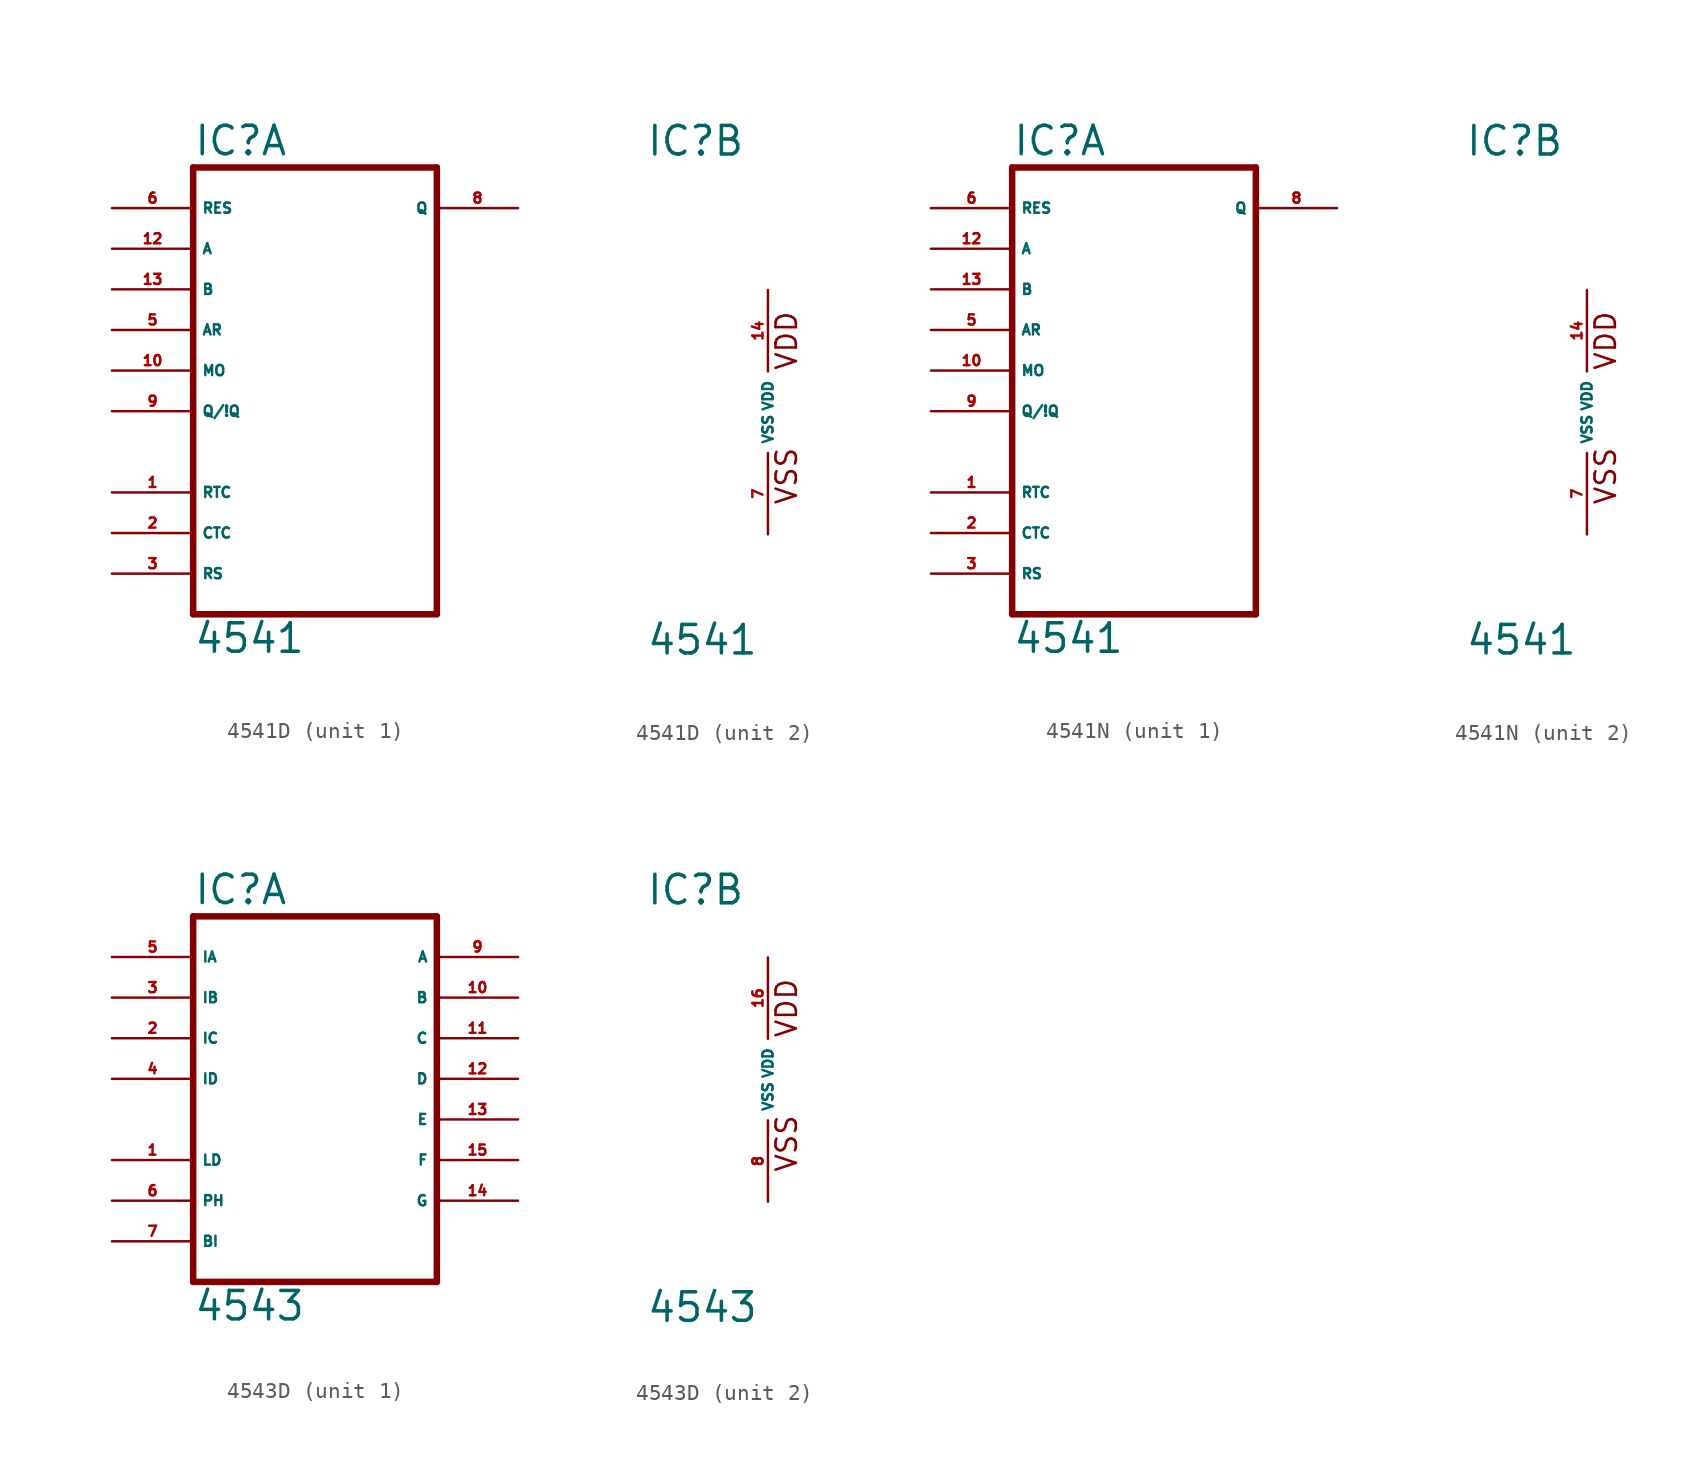
<source format=kicad_sym>
(kicad_symbol_lib
  (version 20220914)
  (generator Eagle2Kicad)
  (symbol "4541D"
    (property "Reference" "IC"
      (at -7.62 15.875 0)
      (effects (font (size 1.778 1.778) (thickness 0.22)) (justify left bottom)))
    (property "Value" "4541"
      (at -7.62 -15.24 0)
      (effects (font (size 1.778 1.778) (thickness 0.22)) (justify left bottom)))
    (symbol "4541D_1_0"
      (polyline (pts (xy -7.62 -12.7) (xy 7.62 -12.7)) (stroke (width 0.406) (type default)) (fill (type none)))
      (polyline (pts (xy 7.62 -12.7) (xy 7.62 15.24)) (stroke (width 0.406) (type default)) (fill (type none)))
      (polyline (pts (xy 7.62 15.24) (xy -7.62 15.24)) (stroke (width 0.406) (type default)) (fill (type none)))
      (polyline (pts (xy -7.62 15.24) (xy -7.62 -12.7)) (stroke (width 0.406) (type default)) (fill (type none)))
      (pin input line (at -12.7 -5.08 0) (length 5.08) (name "RTC" (effects (font (size 0.635 0.635) (thickness 0.08)) (justify left bottom))) (number "1" (effects (font (size 0.635 0.635) (thickness 0.08)) (justify left bottom))))
      (pin input line (at -12.7 -7.62 0) (length 5.08) (name "CTC" (effects (font (size 0.635 0.635) (thickness 0.08)) (justify left bottom))) (number "2" (effects (font (size 0.635 0.635) (thickness 0.08)) (justify left bottom))))
      (pin input line (at -12.7 -10.16 0) (length 5.08) (name "RS" (effects (font (size 0.635 0.635) (thickness 0.08)) (justify left bottom))) (number "3" (effects (font (size 0.635 0.635) (thickness 0.08)) (justify left bottom))))
      (pin input line (at -12.7 5.08 0) (length 5.08) (name "AR" (effects (font (size 0.635 0.635) (thickness 0.08)) (justify left bottom))) (number "5" (effects (font (size 0.635 0.635) (thickness 0.08)) (justify left bottom))))
      (pin input line (at -12.7 12.7 0) (length 5.08) (name "RES" (effects (font (size 0.635 0.635) (thickness 0.08)) (justify left bottom))) (number "6" (effects (font (size 0.635 0.635) (thickness 0.08)) (justify left bottom))))
      (pin output line (at 12.7 12.7 180) (length 5.08) (name "Q" (effects (font (size 0.635 0.635) (thickness 0.08)) (justify left bottom))) (number "8" (effects (font (size 0.635 0.635) (thickness 0.08)) (justify left bottom))))
      (pin input line (at -12.7 0 0) (length 5.08) (name "Q/!Q" (effects (font (size 0.635 0.635) (thickness 0.08)) (justify left bottom))) (number "9" (effects (font (size 0.635 0.635) (thickness 0.08)) (justify left bottom))))
      (pin input line (at -12.7 2.54 0) (length 5.08) (name "MO" (effects (font (size 0.635 0.635) (thickness 0.08)) (justify left bottom))) (number "10" (effects (font (size 0.635 0.635) (thickness 0.08)) (justify left bottom))))
      (pin input line (at -12.7 10.16 0) (length 5.08) (name "A" (effects (font (size 0.635 0.635) (thickness 0.08)) (justify left bottom))) (number "12" (effects (font (size 0.635 0.635) (thickness 0.08)) (justify left bottom))))
      (pin input line (at -12.7 7.62 0) (length 5.08) (name "B" (effects (font (size 0.635 0.635) (thickness 0.08)) (justify left bottom))) (number "13" (effects (font (size 0.635 0.635) (thickness 0.08)) (justify left bottom)))))
    (symbol "4541D_2_0"
      (text "VDD" (at 1.905 2.54 900) (effects (font (size 1.27 1.27) (thickness 0.16)) (justify left bottom)))
      (text "VSS" (at 1.905 -5.842 900) (effects (font (size 1.27 1.27) (thickness 0.16)) (justify left bottom)))
      (pin unspecified line (at 0 -7.62 90) (length 5.08) (name "VSS" (effects (font (size 0.635 0.635) (thickness 0.08)) (justify left bottom))) (number "7" (effects (font (size 0.635 0.635) (thickness 0.08)) (justify left bottom))))
      (pin unspecified line (at 0 7.62 270) (length 5.08) (name "VDD" (effects (font (size 0.635 0.635) (thickness 0.08)) (justify left bottom))) (number "14" (effects (font (size 0.635 0.635) (thickness 0.08)) (justify left bottom))))))
  (symbol "4541N"
    (property "Reference" "IC"
      (at -7.62 15.875 0)
      (effects (font (size 1.778 1.778) (thickness 0.22)) (justify left bottom)))
    (property "Value" "4541"
      (at -7.62 -15.24 0)
      (effects (font (size 1.778 1.778) (thickness 0.22)) (justify left bottom)))
    (symbol "4541N_1_0"
      (polyline (pts (xy -7.62 -12.7) (xy 7.62 -12.7)) (stroke (width 0.406) (type default)) (fill (type none)))
      (polyline (pts (xy 7.62 -12.7) (xy 7.62 15.24)) (stroke (width 0.406) (type default)) (fill (type none)))
      (polyline (pts (xy 7.62 15.24) (xy -7.62 15.24)) (stroke (width 0.406) (type default)) (fill (type none)))
      (polyline (pts (xy -7.62 15.24) (xy -7.62 -12.7)) (stroke (width 0.406) (type default)) (fill (type none)))
      (pin input line (at -12.7 -5.08 0) (length 5.08) (name "RTC" (effects (font (size 0.635 0.635) (thickness 0.08)) (justify left bottom))) (number "1" (effects (font (size 0.635 0.635) (thickness 0.08)) (justify left bottom))))
      (pin input line (at -12.7 -7.62 0) (length 5.08) (name "CTC" (effects (font (size 0.635 0.635) (thickness 0.08)) (justify left bottom))) (number "2" (effects (font (size 0.635 0.635) (thickness 0.08)) (justify left bottom))))
      (pin input line (at -12.7 -10.16 0) (length 5.08) (name "RS" (effects (font (size 0.635 0.635) (thickness 0.08)) (justify left bottom))) (number "3" (effects (font (size 0.635 0.635) (thickness 0.08)) (justify left bottom))))
      (pin input line (at -12.7 5.08 0) (length 5.08) (name "AR" (effects (font (size 0.635 0.635) (thickness 0.08)) (justify left bottom))) (number "5" (effects (font (size 0.635 0.635) (thickness 0.08)) (justify left bottom))))
      (pin input line (at -12.7 12.7 0) (length 5.08) (name "RES" (effects (font (size 0.635 0.635) (thickness 0.08)) (justify left bottom))) (number "6" (effects (font (size 0.635 0.635) (thickness 0.08)) (justify left bottom))))
      (pin output line (at 12.7 12.7 180) (length 5.08) (name "Q" (effects (font (size 0.635 0.635) (thickness 0.08)) (justify left bottom))) (number "8" (effects (font (size 0.635 0.635) (thickness 0.08)) (justify left bottom))))
      (pin input line (at -12.7 0 0) (length 5.08) (name "Q/!Q" (effects (font (size 0.635 0.635) (thickness 0.08)) (justify left bottom))) (number "9" (effects (font (size 0.635 0.635) (thickness 0.08)) (justify left bottom))))
      (pin input line (at -12.7 2.54 0) (length 5.08) (name "MO" (effects (font (size 0.635 0.635) (thickness 0.08)) (justify left bottom))) (number "10" (effects (font (size 0.635 0.635) (thickness 0.08)) (justify left bottom))))
      (pin input line (at -12.7 10.16 0) (length 5.08) (name "A" (effects (font (size 0.635 0.635) (thickness 0.08)) (justify left bottom))) (number "12" (effects (font (size 0.635 0.635) (thickness 0.08)) (justify left bottom))))
      (pin input line (at -12.7 7.62 0) (length 5.08) (name "B" (effects (font (size 0.635 0.635) (thickness 0.08)) (justify left bottom))) (number "13" (effects (font (size 0.635 0.635) (thickness 0.08)) (justify left bottom)))))
    (symbol "4541N_2_0"
      (text "VDD" (at 1.905 2.54 900) (effects (font (size 1.27 1.27) (thickness 0.16)) (justify left bottom)))
      (text "VSS" (at 1.905 -5.842 900) (effects (font (size 1.27 1.27) (thickness 0.16)) (justify left bottom)))
      (pin unspecified line (at 0 -7.62 90) (length 5.08) (name "VSS" (effects (font (size 0.635 0.635) (thickness 0.08)) (justify left bottom))) (number "7" (effects (font (size 0.635 0.635) (thickness 0.08)) (justify left bottom))))
      (pin unspecified line (at 0 7.62 270) (length 5.08) (name "VDD" (effects (font (size 0.635 0.635) (thickness 0.08)) (justify left bottom))) (number "14" (effects (font (size 0.635 0.635) (thickness 0.08)) (justify left bottom))))))
  (symbol "4543D"
    (property "Reference" "IC"
      (at -7.62 10.795 0)
      (effects (font (size 1.778 1.778) (thickness 0.22)) (justify left bottom)))
    (property "Value" "4543"
      (at -7.62 -15.24 0)
      (effects (font (size 1.778 1.778) (thickness 0.22)) (justify left bottom)))
    (symbol "4543D_1_0"
      (polyline (pts (xy -7.62 -12.7) (xy 7.62 -12.7)) (stroke (width 0.406) (type default)) (fill (type none)))
      (polyline (pts (xy 7.62 -12.7) (xy 7.62 10.16)) (stroke (width 0.406) (type default)) (fill (type none)))
      (polyline (pts (xy 7.62 10.16) (xy -7.62 10.16)) (stroke (width 0.406) (type default)) (fill (type none)))
      (polyline (pts (xy -7.62 10.16) (xy -7.62 -12.7)) (stroke (width 0.406) (type default)) (fill (type none)))
      (pin input line (at -12.7 -5.08 0) (length 5.08) (name "LD" (effects (font (size 0.635 0.635) (thickness 0.08)) (justify left bottom))) (number "1" (effects (font (size 0.635 0.635) (thickness 0.08)) (justify left bottom))))
      (pin input line (at -12.7 2.54 0) (length 5.08) (name "IC" (effects (font (size 0.635 0.635) (thickness 0.08)) (justify left bottom))) (number "2" (effects (font (size 0.635 0.635) (thickness 0.08)) (justify left bottom))))
      (pin input line (at -12.7 5.08 0) (length 5.08) (name "IB" (effects (font (size 0.635 0.635) (thickness 0.08)) (justify left bottom))) (number "3" (effects (font (size 0.635 0.635) (thickness 0.08)) (justify left bottom))))
      (pin input line (at -12.7 0 0) (length 5.08) (name "ID" (effects (font (size 0.635 0.635) (thickness 0.08)) (justify left bottom))) (number "4" (effects (font (size 0.635 0.635) (thickness 0.08)) (justify left bottom))))
      (pin input line (at -12.7 7.62 0) (length 5.08) (name "IA" (effects (font (size 0.635 0.635) (thickness 0.08)) (justify left bottom))) (number "5" (effects (font (size 0.635 0.635) (thickness 0.08)) (justify left bottom))))
      (pin input line (at -12.7 -7.62 0) (length 5.08) (name "PH" (effects (font (size 0.635 0.635) (thickness 0.08)) (justify left bottom))) (number "6" (effects (font (size 0.635 0.635) (thickness 0.08)) (justify left bottom))))
      (pin input line (at -12.7 -10.16 0) (length 5.08) (name "BI" (effects (font (size 0.635 0.635) (thickness 0.08)) (justify left bottom))) (number "7" (effects (font (size 0.635 0.635) (thickness 0.08)) (justify left bottom))))
      (pin output line (at 12.7 7.62 180) (length 5.08) (name "A" (effects (font (size 0.635 0.635) (thickness 0.08)) (justify left bottom))) (number "9" (effects (font (size 0.635 0.635) (thickness 0.08)) (justify left bottom))))
      (pin output line (at 12.7 5.08 180) (length 5.08) (name "B" (effects (font (size 0.635 0.635) (thickness 0.08)) (justify left bottom))) (number "10" (effects (font (size 0.635 0.635) (thickness 0.08)) (justify left bottom))))
      (pin output line (at 12.7 2.54 180) (length 5.08) (name "C" (effects (font (size 0.635 0.635) (thickness 0.08)) (justify left bottom))) (number "11" (effects (font (size 0.635 0.635) (thickness 0.08)) (justify left bottom))))
      (pin output line (at 12.7 0 180) (length 5.08) (name "D" (effects (font (size 0.635 0.635) (thickness 0.08)) (justify left bottom))) (number "12" (effects (font (size 0.635 0.635) (thickness 0.08)) (justify left bottom))))
      (pin output line (at 12.7 -2.54 180) (length 5.08) (name "E" (effects (font (size 0.635 0.635) (thickness 0.08)) (justify left bottom))) (number "13" (effects (font (size 0.635 0.635) (thickness 0.08)) (justify left bottom))))
      (pin output line (at 12.7 -7.62 180) (length 5.08) (name "G" (effects (font (size 0.635 0.635) (thickness 0.08)) (justify left bottom))) (number "14" (effects (font (size 0.635 0.635) (thickness 0.08)) (justify left bottom))))
      (pin output line (at 12.7 -5.08 180) (length 5.08) (name "F" (effects (font (size 0.635 0.635) (thickness 0.08)) (justify left bottom))) (number "15" (effects (font (size 0.635 0.635) (thickness 0.08)) (justify left bottom)))))
    (symbol "4543D_2_0"
      (text "VDD" (at 1.905 2.54 900) (effects (font (size 1.27 1.27) (thickness 0.16)) (justify left bottom)))
      (text "VSS" (at 1.905 -5.842 900) (effects (font (size 1.27 1.27) (thickness 0.16)) (justify left bottom)))
      (pin unspecified line (at 0 -7.62 90) (length 5.08) (name "VSS" (effects (font (size 0.635 0.635) (thickness 0.08)) (justify left bottom))) (number "8" (effects (font (size 0.635 0.635) (thickness 0.08)) (justify left bottom))))
      (pin unspecified line (at 0 7.62 270) (length 5.08) (name "VDD" (effects (font (size 0.635 0.635) (thickness 0.08)) (justify left bottom))) (number "16" (effects (font (size 0.635 0.635) (thickness 0.08)) (justify left bottom)))))))
</source>
